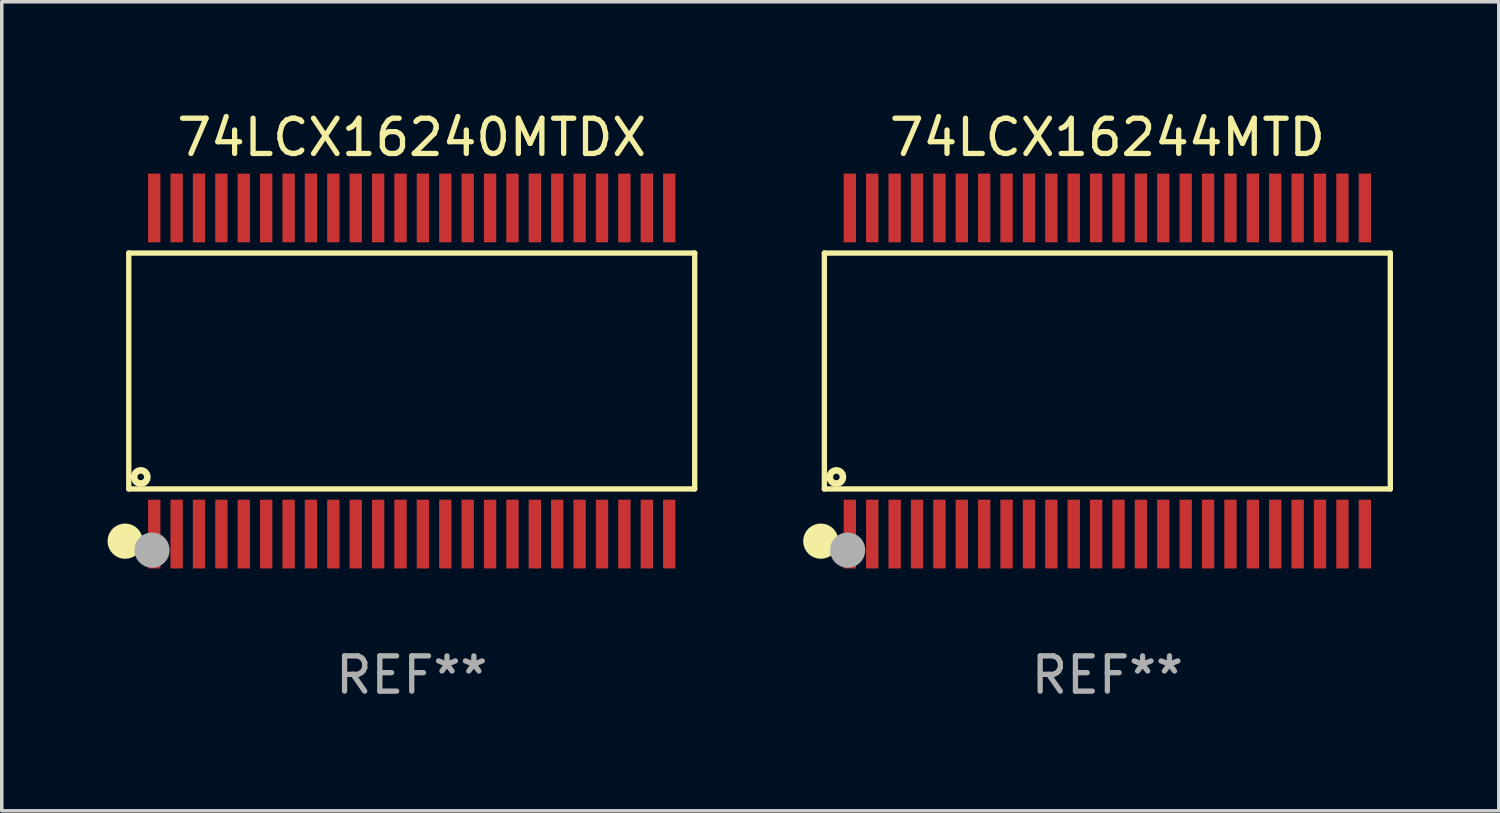
<source format=kicad_pcb>
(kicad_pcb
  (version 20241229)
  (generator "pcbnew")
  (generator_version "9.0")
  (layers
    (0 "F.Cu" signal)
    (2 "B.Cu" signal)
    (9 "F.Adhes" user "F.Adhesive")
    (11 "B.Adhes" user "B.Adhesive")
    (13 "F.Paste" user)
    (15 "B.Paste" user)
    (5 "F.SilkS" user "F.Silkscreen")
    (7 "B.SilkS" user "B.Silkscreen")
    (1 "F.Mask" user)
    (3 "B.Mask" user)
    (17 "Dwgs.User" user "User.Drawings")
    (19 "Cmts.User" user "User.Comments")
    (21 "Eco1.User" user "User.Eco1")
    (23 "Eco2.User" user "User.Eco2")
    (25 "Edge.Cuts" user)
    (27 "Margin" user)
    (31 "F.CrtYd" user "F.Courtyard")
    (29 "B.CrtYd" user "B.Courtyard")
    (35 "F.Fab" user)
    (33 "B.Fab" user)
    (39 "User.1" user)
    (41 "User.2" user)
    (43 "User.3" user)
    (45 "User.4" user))
  (footprint "74LCX16240MTDX"
    (layer "F.Cu")
    (at 8.628 7.473)
    (property "Reference" "74LCX16240MTDX" (at 0 -6.625 0) (layer "F.SilkS") (effects (font (size 1 1) (thickness 0.15))))
    (attr through_hole)
    (fp_line (start -8.026 -3.345) (end 8.026 -3.345) (stroke (width 0.152) (type solid)) (layer "F.SilkS"))
    (fp_line (start -8.026 3.345) (end -8.026 -3.345) (stroke (width 0.152) (type solid)) (layer "F.SilkS"))
    (fp_line (start 8.026 -3.345) (end 8.026 3.345) (stroke (width 0.152) (type solid)) (layer "F.SilkS"))
    (fp_line (start 8.026 3.345) (end -8.026 3.345) (stroke (width 0.152) (type solid)) (layer "F.SilkS"))
    (fp_circle (center -8.128 4.826) (end -7.878 4.826) (stroke (width 0.5) (type solid)) (fill no) (layer "F.SilkS"))
    (fp_circle (center -7.95 5.15) (end -7.92 5.15) (stroke (width 0.06) (type solid)) (fill no) (layer "F.SilkS"))
    (fp_circle (center -7.686 3.005) (end -7.593 3.005) (stroke (width 0.188) (type solid)) (fill no) (layer "F.SilkS"))
    (fp_circle (center -7.366 5.08) (end -7.116 5.08) (stroke (width 0.5) (type solid)) (fill no) (layer "F.Fab"))
    (fp_text user "REF**" (at 0 8.625 0) (layer "F.Fab") (effects (font (size 1 1) (thickness 0.15))))
    (pad "1" smd rect (at -7.303 4.625) (size 0.35 1.95) (layers "F.Cu" "F.Mask" "F.Paste"))
    (pad "2" smd rect (at -6.668 4.625) (size 0.35 1.95) (layers "F.Cu" "F.Mask" "F.Paste"))
    (pad "3" smd rect (at -6.033 4.625) (size 0.35 1.95) (layers "F.Cu" "F.Mask" "F.Paste"))
    (pad "4" smd rect (at -5.398 4.625) (size 0.35 1.95) (layers "F.Cu" "F.Mask" "F.Paste"))
    (pad "5" smd rect (at -4.763 4.625) (size 0.35 1.95) (layers "F.Cu" "F.Mask" "F.Paste"))
    (pad "6" smd rect (at -4.128 4.625) (size 0.35 1.95) (layers "F.Cu" "F.Mask" "F.Paste"))
    (pad "7" smd rect (at -3.493 4.625) (size 0.35 1.95) (layers "F.Cu" "F.Mask" "F.Paste"))
    (pad "8" smd rect (at -2.858 4.625) (size 0.35 1.95) (layers "F.Cu" "F.Mask" "F.Paste"))
    (pad "9" smd rect (at -2.223 4.625) (size 0.35 1.95) (layers "F.Cu" "F.Mask" "F.Paste"))
    (pad "10" smd rect (at -1.588 4.625) (size 0.35 1.95) (layers "F.Cu" "F.Mask" "F.Paste"))
    (pad "11" smd rect (at -0.953 4.625) (size 0.35 1.95) (layers "F.Cu" "F.Mask" "F.Paste"))
    (pad "12" smd rect (at -0.318 4.625) (size 0.35 1.95) (layers "F.Cu" "F.Mask" "F.Paste"))
    (pad "13" smd rect (at 0.317 4.625) (size 0.35 1.95) (layers "F.Cu" "F.Mask" "F.Paste"))
    (pad "14" smd rect (at 0.952 4.625) (size 0.35 1.95) (layers "F.Cu" "F.Mask" "F.Paste"))
    (pad "15" smd rect (at 1.587 4.625) (size 0.35 1.95) (layers "F.Cu" "F.Mask" "F.Paste"))
    (pad "16" smd rect (at 2.222 4.625) (size 0.35 1.95) (layers "F.Cu" "F.Mask" "F.Paste"))
    (pad "17" smd rect (at 2.857 4.625) (size 0.35 1.95) (layers "F.Cu" "F.Mask" "F.Paste"))
    (pad "18" smd rect (at 3.492 4.625) (size 0.35 1.95) (layers "F.Cu" "F.Mask" "F.Paste"))
    (pad "19" smd rect (at 4.127 4.625) (size 0.35 1.95) (layers "F.Cu" "F.Mask" "F.Paste"))
    (pad "20" smd rect (at 4.762 4.625) (size 0.35 1.95) (layers "F.Cu" "F.Mask" "F.Paste"))
    (pad "21" smd rect (at 5.397 4.625) (size 0.35 1.95) (layers "F.Cu" "F.Mask" "F.Paste"))
    (pad "22" smd rect (at 6.032 4.625) (size 0.35 1.95) (layers "F.Cu" "F.Mask" "F.Paste"))
    (pad "23" smd rect (at 6.668 4.625) (size 0.35 1.95) (layers "F.Cu" "F.Mask" "F.Paste"))
    (pad "24" smd rect (at 7.303 4.625) (size 0.35 1.95) (layers "F.Cu" "F.Mask" "F.Paste"))
    (pad "25" smd rect (at 7.303 -4.625) (size 0.35 1.95) (layers "F.Cu" "F.Mask" "F.Paste"))
    (pad "26" smd rect (at 6.668 -4.625) (size 0.35 1.95) (layers "F.Cu" "F.Mask" "F.Paste"))
    (pad "27" smd rect (at 6.032 -4.625) (size 0.35 1.95) (layers "F.Cu" "F.Mask" "F.Paste"))
    (pad "28" smd rect (at 5.397 -4.625) (size 0.35 1.95) (layers "F.Cu" "F.Mask" "F.Paste"))
    (pad "29" smd rect (at 4.762 -4.625) (size 0.35 1.95) (layers "F.Cu" "F.Mask" "F.Paste"))
    (pad "30" smd rect (at 4.127 -4.625) (size 0.35 1.95) (layers "F.Cu" "F.Mask" "F.Paste"))
    (pad "31" smd rect (at 3.492 -4.625) (size 0.35 1.95) (layers "F.Cu" "F.Mask" "F.Paste"))
    (pad "32" smd rect (at 2.857 -4.625) (size 0.35 1.95) (layers "F.Cu" "F.Mask" "F.Paste"))
    (pad "33" smd rect (at 2.222 -4.625) (size 0.35 1.95) (layers "F.Cu" "F.Mask" "F.Paste"))
    (pad "34" smd rect (at 1.587 -4.625) (size 0.35 1.95) (layers "F.Cu" "F.Mask" "F.Paste"))
    (pad "35" smd rect (at 0.952 -4.625) (size 0.35 1.95) (layers "F.Cu" "F.Mask" "F.Paste"))
    (pad "36" smd rect (at 0.317 -4.625) (size 0.35 1.95) (layers "F.Cu" "F.Mask" "F.Paste"))
    (pad "37" smd rect (at -0.318 -4.625) (size 0.35 1.95) (layers "F.Cu" "F.Mask" "F.Paste"))
    (pad "38" smd rect (at -0.953 -4.625) (size 0.35 1.95) (layers "F.Cu" "F.Mask" "F.Paste"))
    (pad "39" smd rect (at -1.588 -4.625) (size 0.35 1.95) (layers "F.Cu" "F.Mask" "F.Paste"))
    (pad "40" smd rect (at -2.223 -4.625) (size 0.35 1.95) (layers "F.Cu" "F.Mask" "F.Paste"))
    (pad "41" smd rect (at -2.858 -4.625) (size 0.35 1.95) (layers "F.Cu" "F.Mask" "F.Paste"))
    (pad "42" smd rect (at -3.493 -4.625) (size 0.35 1.95) (layers "F.Cu" "F.Mask" "F.Paste"))
    (pad "43" smd rect (at -4.128 -4.625) (size 0.35 1.95) (layers "F.Cu" "F.Mask" "F.Paste"))
    (pad "44" smd rect (at -4.763 -4.625) (size 0.35 1.95) (layers "F.Cu" "F.Mask" "F.Paste"))
    (pad "45" smd rect (at -5.398 -4.625) (size 0.35 1.95) (layers "F.Cu" "F.Mask" "F.Paste"))
    (pad "46" smd rect (at -6.033 -4.625) (size 0.35 1.95) (layers "F.Cu" "F.Mask" "F.Paste"))
    (pad "47" smd rect (at -6.668 -4.625) (size 0.35 1.95) (layers "F.Cu" "F.Mask" "F.Paste"))
    (pad "48" smd rect (at -7.303 -4.625) (size 0.35 1.95) (layers "F.Cu" "F.Mask" "F.Paste")))
  (footprint "74LCX16244MTD"
    (layer "F.Cu")
    (at 28.358 7.473)
    (property "Reference" "74LCX16244MTD" (at 0 -6.625 0) (layer "F.SilkS") (effects (font (size 1 1) (thickness 0.15))))
    (attr through_hole)
    (fp_line (start -8.026 -3.345) (end 8.026 -3.345) (stroke (width 0.152) (type solid)) (layer "F.SilkS"))
    (fp_line (start -8.026 3.345) (end -8.026 -3.345) (stroke (width 0.152) (type solid)) (layer "F.SilkS"))
    (fp_line (start 8.026 -3.345) (end 8.026 3.345) (stroke (width 0.152) (type solid)) (layer "F.SilkS"))
    (fp_line (start 8.026 3.345) (end -8.026 3.345) (stroke (width 0.152) (type solid)) (layer "F.SilkS"))
    (fp_circle (center -8.128 4.826) (end -7.878 4.826) (stroke (width 0.5) (type solid)) (fill no) (layer "F.SilkS"))
    (fp_circle (center -7.95 5.15) (end -7.92 5.15) (stroke (width 0.06) (type solid)) (fill no) (layer "F.SilkS"))
    (fp_circle (center -7.686 3.005) (end -7.593 3.005) (stroke (width 0.188) (type solid)) (fill no) (layer "F.SilkS"))
    (fp_circle (center -7.366 5.08) (end -7.116 5.08) (stroke (width 0.5) (type solid)) (fill no) (layer "F.Fab"))
    (fp_text user "REF**" (at 0 8.625 0) (layer "F.Fab") (effects (font (size 1 1) (thickness 0.15))))
    (pad "1" smd rect (at -7.303 4.625) (size 0.35 1.95) (layers "F.Cu" "F.Mask" "F.Paste"))
    (pad "2" smd rect (at -6.668 4.625) (size 0.35 1.95) (layers "F.Cu" "F.Mask" "F.Paste"))
    (pad "3" smd rect (at -6.033 4.625) (size 0.35 1.95) (layers "F.Cu" "F.Mask" "F.Paste"))
    (pad "4" smd rect (at -5.398 4.625) (size 0.35 1.95) (layers "F.Cu" "F.Mask" "F.Paste"))
    (pad "5" smd rect (at -4.763 4.625) (size 0.35 1.95) (layers "F.Cu" "F.Mask" "F.Paste"))
    (pad "6" smd rect (at -4.128 4.625) (size 0.35 1.95) (layers "F.Cu" "F.Mask" "F.Paste"))
    (pad "7" smd rect (at -3.493 4.625) (size 0.35 1.95) (layers "F.Cu" "F.Mask" "F.Paste"))
    (pad "8" smd rect (at -2.858 4.625) (size 0.35 1.95) (layers "F.Cu" "F.Mask" "F.Paste"))
    (pad "9" smd rect (at -2.223 4.625) (size 0.35 1.95) (layers "F.Cu" "F.Mask" "F.Paste"))
    (pad "10" smd rect (at -1.588 4.625) (size 0.35 1.95) (layers "F.Cu" "F.Mask" "F.Paste"))
    (pad "11" smd rect (at -0.953 4.625) (size 0.35 1.95) (layers "F.Cu" "F.Mask" "F.Paste"))
    (pad "12" smd rect (at -0.318 4.625) (size 0.35 1.95) (layers "F.Cu" "F.Mask" "F.Paste"))
    (pad "13" smd rect (at 0.317 4.625) (size 0.35 1.95) (layers "F.Cu" "F.Mask" "F.Paste"))
    (pad "14" smd rect (at 0.952 4.625) (size 0.35 1.95) (layers "F.Cu" "F.Mask" "F.Paste"))
    (pad "15" smd rect (at 1.587 4.625) (size 0.35 1.95) (layers "F.Cu" "F.Mask" "F.Paste"))
    (pad "16" smd rect (at 2.222 4.625) (size 0.35 1.95) (layers "F.Cu" "F.Mask" "F.Paste"))
    (pad "17" smd rect (at 2.857 4.625) (size 0.35 1.95) (layers "F.Cu" "F.Mask" "F.Paste"))
    (pad "18" smd rect (at 3.492 4.625) (size 0.35 1.95) (layers "F.Cu" "F.Mask" "F.Paste"))
    (pad "19" smd rect (at 4.127 4.625) (size 0.35 1.95) (layers "F.Cu" "F.Mask" "F.Paste"))
    (pad "20" smd rect (at 4.762 4.625) (size 0.35 1.95) (layers "F.Cu" "F.Mask" "F.Paste"))
    (pad "21" smd rect (at 5.397 4.625) (size 0.35 1.95) (layers "F.Cu" "F.Mask" "F.Paste"))
    (pad "22" smd rect (at 6.032 4.625) (size 0.35 1.95) (layers "F.Cu" "F.Mask" "F.Paste"))
    (pad "23" smd rect (at 6.668 4.625) (size 0.35 1.95) (layers "F.Cu" "F.Mask" "F.Paste"))
    (pad "24" smd rect (at 7.303 4.625) (size 0.35 1.95) (layers "F.Cu" "F.Mask" "F.Paste"))
    (pad "25" smd rect (at 7.303 -4.625) (size 0.35 1.95) (layers "F.Cu" "F.Mask" "F.Paste"))
    (pad "26" smd rect (at 6.668 -4.625) (size 0.35 1.95) (layers "F.Cu" "F.Mask" "F.Paste"))
    (pad "27" smd rect (at 6.032 -4.625) (size 0.35 1.95) (layers "F.Cu" "F.Mask" "F.Paste"))
    (pad "28" smd rect (at 5.397 -4.625) (size 0.35 1.95) (layers "F.Cu" "F.Mask" "F.Paste"))
    (pad "29" smd rect (at 4.762 -4.625) (size 0.35 1.95) (layers "F.Cu" "F.Mask" "F.Paste"))
    (pad "30" smd rect (at 4.127 -4.625) (size 0.35 1.95) (layers "F.Cu" "F.Mask" "F.Paste"))
    (pad "31" smd rect (at 3.492 -4.625) (size 0.35 1.95) (layers "F.Cu" "F.Mask" "F.Paste"))
    (pad "32" smd rect (at 2.857 -4.625) (size 0.35 1.95) (layers "F.Cu" "F.Mask" "F.Paste"))
    (pad "33" smd rect (at 2.222 -4.625) (size 0.35 1.95) (layers "F.Cu" "F.Mask" "F.Paste"))
    (pad "34" smd rect (at 1.587 -4.625) (size 0.35 1.95) (layers "F.Cu" "F.Mask" "F.Paste"))
    (pad "35" smd rect (at 0.952 -4.625) (size 0.35 1.95) (layers "F.Cu" "F.Mask" "F.Paste"))
    (pad "36" smd rect (at 0.317 -4.625) (size 0.35 1.95) (layers "F.Cu" "F.Mask" "F.Paste"))
    (pad "37" smd rect (at -0.318 -4.625) (size 0.35 1.95) (layers "F.Cu" "F.Mask" "F.Paste"))
    (pad "38" smd rect (at -0.953 -4.625) (size 0.35 1.95) (layers "F.Cu" "F.Mask" "F.Paste"))
    (pad "39" smd rect (at -1.588 -4.625) (size 0.35 1.95) (layers "F.Cu" "F.Mask" "F.Paste"))
    (pad "40" smd rect (at -2.223 -4.625) (size 0.35 1.95) (layers "F.Cu" "F.Mask" "F.Paste"))
    (pad "41" smd rect (at -2.858 -4.625) (size 0.35 1.95) (layers "F.Cu" "F.Mask" "F.Paste"))
    (pad "42" smd rect (at -3.493 -4.625) (size 0.35 1.95) (layers "F.Cu" "F.Mask" "F.Paste"))
    (pad "43" smd rect (at -4.128 -4.625) (size 0.35 1.95) (layers "F.Cu" "F.Mask" "F.Paste"))
    (pad "44" smd rect (at -4.763 -4.625) (size 0.35 1.95) (layers "F.Cu" "F.Mask" "F.Paste"))
    (pad "45" smd rect (at -5.398 -4.625) (size 0.35 1.95) (layers "F.Cu" "F.Mask" "F.Paste"))
    (pad "46" smd rect (at -6.033 -4.625) (size 0.35 1.95) (layers "F.Cu" "F.Mask" "F.Paste"))
    (pad "47" smd rect (at -6.668 -4.625) (size 0.35 1.95) (layers "F.Cu" "F.Mask" "F.Paste"))
    (pad "48" smd rect (at -7.303 -4.625) (size 0.35 1.95) (layers "F.Cu" "F.Mask" "F.Paste")))
  (gr_rect
    (start -3 -3)
    (end 39.461 19.947)
    (stroke (width 0.1) (type default))
    (fill no)
    (layer "Edge.Cuts")))
</source>
